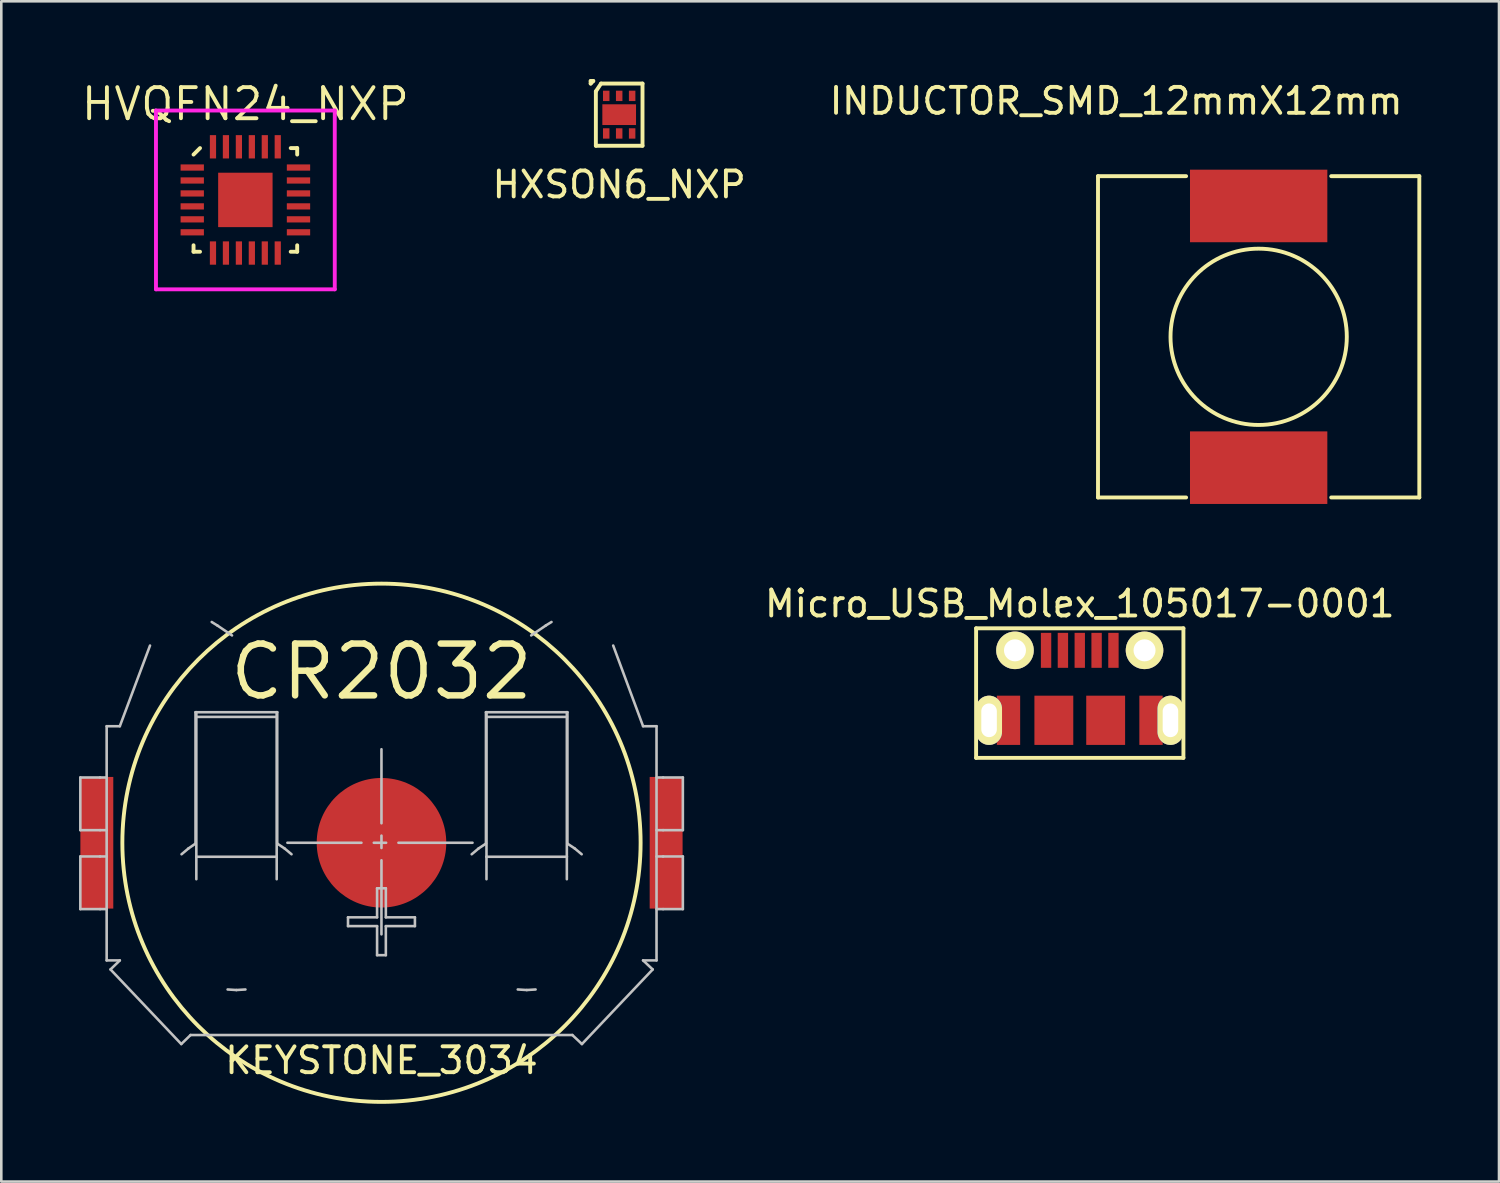
<source format=kicad_pcb>
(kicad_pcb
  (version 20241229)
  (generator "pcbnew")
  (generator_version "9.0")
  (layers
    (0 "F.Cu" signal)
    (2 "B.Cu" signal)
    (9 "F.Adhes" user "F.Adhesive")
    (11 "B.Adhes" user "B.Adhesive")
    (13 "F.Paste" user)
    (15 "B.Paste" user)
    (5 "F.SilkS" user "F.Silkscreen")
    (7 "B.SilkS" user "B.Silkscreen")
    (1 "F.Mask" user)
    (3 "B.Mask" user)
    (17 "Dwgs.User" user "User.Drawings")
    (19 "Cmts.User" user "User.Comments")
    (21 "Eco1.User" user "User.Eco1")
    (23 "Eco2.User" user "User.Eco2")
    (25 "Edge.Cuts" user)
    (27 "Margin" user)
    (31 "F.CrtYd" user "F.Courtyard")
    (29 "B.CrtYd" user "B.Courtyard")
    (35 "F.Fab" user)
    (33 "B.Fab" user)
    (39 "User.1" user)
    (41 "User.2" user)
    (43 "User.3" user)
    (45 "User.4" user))
  (footprint "INDUCTOR_SMD_12mmX12mm"
    (layer "F.Cu")
    (at 45.523 9.948)
    (property "Reference" "INDUCTOR_SMD_12mmX12mm" (at -5.5 -9.1 0) (layer "F.SilkS") (effects (font (size 1 1) (thickness 0.15))))
    (attr through_hole)
    (fp_line (start -6.2 -6.2) (end -6.2 6.2) (stroke (width 0.15) (type solid)) (layer "F.SilkS"))
    (fp_line (start -6.2 -6.2) (end -2.8 -6.2) (stroke (width 0.15) (type solid)) (layer "F.SilkS"))
    (fp_line (start -6.2 6.2) (end -2.8 6.2) (stroke (width 0.15) (type solid)) (layer "F.SilkS"))
    (fp_line (start 2.8 6.2) (end 6.2 6.2) (stroke (width 0.15) (type solid)) (layer "F.SilkS"))
    (fp_line (start 6.2 -6.2) (end 2.8 -6.2) (stroke (width 0.15) (type solid)) (layer "F.SilkS"))
    (fp_line (start 6.2 6.2) (end 6.2 -6.2) (stroke (width 0.15) (type solid)) (layer "F.SilkS"))
    (fp_circle (center 0 0) (end 3.1 -1.4) (stroke (width 0.15) (type solid)) (fill no) (layer "F.SilkS"))
    (pad "1" smd rect (at 0 -5.05) (size 5.3 2.8) (layers "F.Cu" "F.Mask" "F.Paste"))
    (pad "2" smd rect (at 0 5.05) (size 5.3 2.8) (layers "F.Cu" "F.Mask" "F.Paste")))
  (footprint "HVQFN24_NXP"
    (layer "F.Cu")
    (at 6.419 4.665)
    (property "Reference" "HVQFN24_NXP" (at 0 -3.7 0) (layer "F.SilkS") (effects (font (size 1.2 1.2) (thickness 0.15))))
    (attr through_hole)
    (fp_line (start -2 -1.75) (end -1.75 -2) (stroke (width 0.15) (type solid)) (layer "F.SilkS"))
    (fp_line (start -2 2) (end -2 1.75) (stroke (width 0.15) (type solid)) (layer "F.SilkS"))
    (fp_line (start -1.75 2) (end -2 2) (stroke (width 0.15) (type solid)) (layer "F.SilkS"))
    (fp_line (start 1.75 -2) (end 2 -2) (stroke (width 0.15) (type solid)) (layer "F.SilkS"))
    (fp_line (start 1.75 2) (end 2 2) (stroke (width 0.15) (type solid)) (layer "F.SilkS"))
    (fp_line (start 2 -2) (end 2 -1.75) (stroke (width 0.15) (type solid)) (layer "F.SilkS"))
    (fp_line (start 2 2) (end 2 1.75) (stroke (width 0.15) (type solid)) (layer "F.SilkS"))
    (fp_line (start -3.45 -3.45) (end 3.45 -3.45) (stroke (width 0.15) (type solid)) (layer "F.CrtYd"))
    (fp_line (start -3.45 3.45) (end -3.45 -3.45) (stroke (width 0.15) (type solid)) (layer "F.CrtYd"))
    (fp_line (start 3.45 -3.45) (end 3.45 3.45) (stroke (width 0.15) (type solid)) (layer "F.CrtYd"))
    (fp_line (start 3.45 3.45) (end -3.45 3.45) (stroke (width 0.15) (type solid)) (layer "F.CrtYd"))
    (pad "1" smd rect (at -2.05 -1.25 90) (size 0.24 0.9) (layers "F.Cu" "F.Mask" "F.Paste"))
    (pad "2" smd rect (at -2.05 -0.75 90) (size 0.24 0.9) (layers "F.Cu" "F.Mask" "F.Paste"))
    (pad "3" smd rect (at -2.05 -0.25 90) (size 0.24 0.9) (layers "F.Cu" "F.Mask" "F.Paste"))
    (pad "4" smd rect (at -2.05 0.25 90) (size 0.24 0.9) (layers "F.Cu" "F.Mask" "F.Paste"))
    (pad "5" smd rect (at -2.05 0.75 90) (size 0.24 0.9) (layers "F.Cu" "F.Mask" "F.Paste"))
    (pad "6" smd rect (at -2.05 1.25 90) (size 0.24 0.9) (layers "F.Cu" "F.Mask" "F.Paste"))
    (pad "7" smd rect (at -1.25 2.05) (size 0.24 0.9) (layers "F.Cu" "F.Mask" "F.Paste"))
    (pad "8" smd rect (at -0.75 2.05) (size 0.24 0.9) (layers "F.Cu" "F.Mask" "F.Paste"))
    (pad "9" smd rect (at -0.25 2.05) (size 0.24 0.9) (layers "F.Cu" "F.Mask" "F.Paste"))
    (pad "10" smd rect (at 0.25 2.05) (size 0.24 0.9) (layers "F.Cu" "F.Mask" "F.Paste"))
    (pad "11" smd rect (at 0.75 2.05) (size 0.24 0.9) (layers "F.Cu" "F.Mask" "F.Paste"))
    (pad "12" smd rect (at 1.25 2.05) (size 0.24 0.9) (layers "F.Cu" "F.Mask" "F.Paste"))
    (pad "13" smd rect (at 2.05 1.25 90) (size 0.24 0.9) (layers "F.Cu" "F.Mask" "F.Paste"))
    (pad "14" smd rect (at 2.05 0.75 90) (size 0.24 0.9) (layers "F.Cu" "F.Mask" "F.Paste"))
    (pad "15" smd rect (at 2.05 0.25 90) (size 0.24 0.9) (layers "F.Cu" "F.Mask" "F.Paste"))
    (pad "16" smd rect (at 2.05 -0.25 90) (size 0.24 0.9) (layers "F.Cu" "F.Mask" "F.Paste"))
    (pad "17" smd rect (at 2.05 -0.75 90) (size 0.24 0.9) (layers "F.Cu" "F.Mask" "F.Paste"))
    (pad "18" smd rect (at 2.05 -1.25 90) (size 0.24 0.9) (layers "F.Cu" "F.Mask" "F.Paste"))
    (pad "19" smd rect (at 1.25 -2.05) (size 0.24 0.9) (layers "F.Cu" "F.Mask" "F.Paste"))
    (pad "20" smd rect (at 0.75 -2.05) (size 0.24 0.9) (layers "F.Cu" "F.Mask" "F.Paste"))
    (pad "21" smd rect (at 0.25 -2.05) (size 0.24 0.9) (layers "F.Cu" "F.Mask" "F.Paste"))
    (pad "22" smd rect (at -0.25 -2.05) (size 0.24 0.9) (layers "F.Cu" "F.Mask" "F.Paste"))
    (pad "23" smd rect (at -0.75 -2.05) (size 0.24 0.9) (layers "F.Cu" "F.Mask" "F.Paste"))
    (pad "24" smd rect (at -1.25 -2.05) (size 0.24 0.9) (layers "F.Cu" "F.Mask" "F.Paste"))
    (pad "HS" smd rect (at 0 0) (size 2.1 2.1) (layers "F.Cu" "F.Mask" "F.Paste")))
  (footprint "HXSON6_NXP"
    (layer "F.Cu")
    (at 20.845 1.375)
    (property "Reference" "HXSON6_NXP" (at 0 2.7 0) (layer "F.SilkS") (effects (font (size 1 1) (thickness 0.15))))
    (attr through_hole)
    (fp_line (start -1.1 -1.3) (end -1.1 -1.2) (stroke (width 0.15) (type solid)) (layer "F.SilkS"))
    (fp_line (start -1.1 -1.3) (end -1 -1.3) (stroke (width 0.15) (type solid)) (layer "F.SilkS"))
    (fp_line (start -1.1 -1.2) (end -1 -1.3) (stroke (width 0.15) (type solid)) (layer "F.SilkS"))
    (fp_line (start -0.9 -0.9) (end -0.9 1.2) (stroke (width 0.15) (type solid)) (layer "F.SilkS"))
    (fp_line (start -0.9 -0.9) (end -0.7 -1.2) (stroke (width 0.15) (type solid)) (layer "F.SilkS"))
    (fp_line (start -0.7 -1.2) (end 0.9 -1.2) (stroke (width 0.15) (type solid)) (layer "F.SilkS"))
    (fp_line (start 0.9 -1.2) (end 0.9 1.2) (stroke (width 0.15) (type solid)) (layer "F.SilkS"))
    (fp_line (start 0.9 1.2) (end -0.9 1.2) (stroke (width 0.15) (type solid)) (layer "F.SilkS"))
    (pad "1" smd rect (at -0.5 -0.725) (size 0.25 0.4) (layers "F.Cu" "F.Mask" "F.Paste"))
    (pad "2" smd rect (at 0 -0.725) (size 0.25 0.4) (layers "F.Cu" "F.Mask" "F.Paste"))
    (pad "3" smd rect (at 0.5 -0.725) (size 0.25 0.4) (layers "F.Cu" "F.Mask" "F.Paste"))
    (pad "4" smd rect (at 0.5 0.725) (size 0.25 0.4) (layers "F.Cu" "F.Mask" "F.Paste"))
    (pad "5" smd rect (at 0 0.725) (size 0.25 0.4) (layers "F.Cu" "F.Mask" "F.Paste"))
    (pad "6" smd rect (at -0.5 0.725) (size 0.25 0.4) (layers "F.Cu" "F.Mask" "F.Paste"))
    (pad "7" smd rect (at 0 0) (size 1.3 0.8) (layers "F.Cu" "F.Mask" "F.Paste")))
  (footprint "Micro_USB_Molex_105017-0001"
    (layer "F.Cu")
    (at 38.619 24.747)
    (property "Reference" "Micro_USB_Molex_105017-0001" (at 0 -4.5 0) (layer "F.SilkS") (effects (font (size 1 1) (thickness 0.15))))
    (attr through_hole)
    (fp_line (start -4 -3.55) (end 4 -3.55) (stroke (width 0.15) (type solid)) (layer "F.SilkS"))
    (fp_line (start -4 1.45) (end -4 -3.55) (stroke (width 0.15) (type solid)) (layer "F.SilkS"))
    (fp_line (start 4 -3.55) (end 4 1.45) (stroke (width 0.15) (type solid)) (layer "F.SilkS"))
    (fp_line (start 4 1.45) (end -4 1.45) (stroke (width 0.15) (type solid)) (layer "F.SilkS"))
    (pad "1" smd rect (at -1.3 -2.7) (size 0.4 1.35) (layers "F.Cu" "F.Mask" "F.Paste"))
    (pad "2" smd rect (at -0.65 -2.7) (size 0.4 1.35) (layers "F.Cu" "F.Mask" "F.Paste"))
    (pad "3" smd rect (at 0 -2.7) (size 0.4 1.35) (layers "F.Cu" "F.Mask" "F.Paste"))
    (pad "4" smd rect (at 0.65 -2.7) (size 0.4 1.35) (layers "F.Cu" "F.Mask" "F.Paste"))
    (pad "5" smd rect (at 1.3 -2.7) (size 0.4 1.35) (layers "F.Cu" "F.Mask" "F.Paste"))
    (pad "6" thru_hole oval (at -3.5 0) (size 1 1.9) (drill oval 0.6 1.3) (layers "*.Cu" "*.Mask" "F.SilkS"))
    (pad "6" smd rect (at -2.75 0) (size 0.9 1.9) (layers "F.Cu" "F.Mask" "F.Paste"))
    (pad "6" thru_hole circle (at -2.5 -2.7) (size 1.45 1.45) (drill 0.85) (layers "*.Cu" "*.Mask" "F.SilkS"))
    (pad "6" thru_hole circle (at 2.5 -2.7) (size 1.45 1.45) (drill 0.85) (layers "*.Cu" "*.Mask" "F.SilkS"))
    (pad "6" smd rect (at 2.75 0) (size 0.9 1.9) (layers "F.Cu" "F.Mask" "F.Paste"))
    (pad "6" thru_hole oval (at 3.5 0) (size 1 1.9) (drill oval 0.6 1.3) (layers "*.Cu" "*.Mask" "F.SilkS"))
    (pad "NC" smd rect (at -1 0) (size 1.5 1.9) (layers "F.Cu" "F.Mask" "F.Paste"))
    (pad "NC" smd rect (at 1 0) (size 1.5 1.9) (layers "F.Cu" "F.Mask" "F.Paste")))
  (footprint "KEYSTONE_3034"
    (layer "F.Cu")
    (at 11.672 29.473)
    (property "Reference" "KEYSTONE_3034" (at 0 8.4 0) (layer "F.SilkS") (effects (font (size 1 1) (thickness 0.15))))
    (attr through_hole)
    (fp_circle (center 0 0) (end 10 0) (stroke (width 0.15) (type solid)) (fill no) (layer "F.SilkS"))
    (fp_line (start -11.622 -2.519) (end -11.622 -0.487) (stroke (width 0.1) (type solid)) (layer "Dwgs.User"))
    (fp_line (start -11.622 -0.487) (end -10.86 -0.487) (stroke (width 0.1) (type solid)) (layer "Dwgs.User"))
    (fp_line (start -11.622 0.529) (end -10.86 0.529) (stroke (width 0.1) (type solid)) (layer "Dwgs.User"))
    (fp_line (start -11.622 2.561) (end -11.622 0.529) (stroke (width 0.1) (type solid)) (layer "Dwgs.User"))
    (fp_line (start -10.86 -0.487) (end -10.606 -0.487) (stroke (width 0.1) (type solid)) (layer "Dwgs.User"))
    (fp_line (start -10.86 -2.519) (end -11.622 -2.519) (stroke (width 0.1) (type solid)) (layer "Dwgs.User"))
    (fp_line (start -10.86 2.561) (end -11.622 2.561) (stroke (width 0.1) (type solid)) (layer "Dwgs.User"))
    (fp_line (start -10.86 2.561) (end -10.606 2.561) (stroke (width 0.1) (type solid)) (layer "Dwgs.User"))
    (fp_line (start -10.606 -2.519) (end -10.86 -2.519) (stroke (width 0.1) (type solid)) (layer "Dwgs.User"))
    (fp_line (start -10.606 -4.498) (end -10.606 4.54) (stroke (width 0.1) (type solid)) (layer "Dwgs.User"))
    (fp_line (start -10.606 0.529) (end -10.86 0.529) (stroke (width 0.1) (type solid)) (layer "Dwgs.User"))
    (fp_line (start -10.606 4.54) (end -10.098 4.54) (stroke (width 0.1) (type solid)) (layer "Dwgs.User"))
    (fp_line (start -10.457 4.889) (end -7.727 7.768) (stroke (width 0.1) (type solid)) (layer "Dwgs.User"))
    (fp_line (start -10.098 -4.498) (end -10.606 -4.498) (stroke (width 0.1) (type solid)) (layer "Dwgs.User"))
    (fp_line (start -10.098 4.54) (end -10.457 4.889) (stroke (width 0.1) (type solid)) (layer "Dwgs.User"))
    (fp_line (start -8.933 -7.61) (end -10.098 -4.498) (stroke (width 0.1) (type solid)) (layer "Dwgs.User"))
    (fp_line (start -7.727 7.768) (end -7.367 7.419) (stroke (width 0.1) (type solid)) (layer "Dwgs.User"))
    (fp_line (start -7.452 0.222) (end -7.716 0.444) (stroke (width 0.1) (type solid)) (layer "Dwgs.User"))
    (fp_line (start -7.367 7.419) (end 7.365 7.419) (stroke (width 0.1) (type solid)) (layer "Dwgs.User"))
    (fp_line (start -7.177 -5.038) (end -7.145 -5.038) (stroke (width 0.1) (type solid)) (layer "Dwgs.User"))
    (fp_line (start -7.177 0.032) (end -7.452 0.222) (stroke (width 0.1) (type solid)) (layer "Dwgs.User"))
    (fp_line (start -7.177 0.032) (end -7.177 -5.038) (stroke (width 0.1) (type solid)) (layer "Dwgs.User"))
    (fp_line (start -7.145 -4.858) (end -7.145 -5.038) (stroke (width 0.1) (type solid)) (layer "Dwgs.User"))
    (fp_line (start -7.145 0.54) (end -7.145 -4.858) (stroke (width 0.1) (type solid)) (layer "Dwgs.User"))
    (fp_line (start -7.145 0.54) (end -7.145 1.407) (stroke (width 0.1) (type solid)) (layer "Dwgs.User"))
    (fp_line (start -7.145 -5.038) (end -4.044 -5.038) (stroke (width 0.1) (type solid)) (layer "Dwgs.User"))
    (fp_line (start -6.33 -8.382) (end -6.552 -8.52) (stroke (width 0.1) (type solid)) (layer "Dwgs.User"))
    (fp_line (start -6.33 -8.382) (end -5.769 -8.001) (stroke (width 0.1) (type solid)) (layer "Dwgs.User"))
    (fp_line (start -5.938 5.662) (end -5.6 5.683) (stroke (width 0.1) (type solid)) (layer "Dwgs.User"))
    (fp_line (start -5.6 5.683) (end -5.25 5.662) (stroke (width 0.1) (type solid)) (layer "Dwgs.User"))
    (fp_line (start -4.044 1.407) (end -4.044 0.54) (stroke (width 0.1) (type solid)) (layer "Dwgs.User"))
    (fp_line (start -4.044 -4.858) (end -4.044 0.54) (stroke (width 0.1) (type solid)) (layer "Dwgs.User"))
    (fp_line (start -4.044 -5.038) (end -4.044 -4.858) (stroke (width 0.1) (type solid)) (layer "Dwgs.User"))
    (fp_line (start -4.044 -5.038) (end -4.023 -5.038) (stroke (width 0.1) (type solid)) (layer "Dwgs.User"))
    (fp_line (start -4.044 -4.858) (end -7.145 -4.858) (stroke (width 0.1) (type solid)) (layer "Dwgs.User"))
    (fp_line (start -4.044 0.54) (end -7.145 0.54) (stroke (width 0.1) (type solid)) (layer "Dwgs.User"))
    (fp_line (start -4.023 -5.038) (end -4.023 0.032) (stroke (width 0.1) (type solid)) (layer "Dwgs.User"))
    (fp_line (start -3.737 0.222) (end -4.023 0.032) (stroke (width 0.1) (type solid)) (layer "Dwgs.User"))
    (fp_line (start -3.631 -0.000179) (end -0.774 -0.000179) (stroke (width 0.1) (type solid)) (layer "Dwgs.User"))
    (fp_line (start -3.472 0.444) (end -3.737 0.222) (stroke (width 0.1) (type solid)) (layer "Dwgs.User"))
    (fp_line (start -1.292 2.878) (end -0.17 2.878) (stroke (width 0.1) (type solid)) (layer "Dwgs.User"))
    (fp_line (start -1.292 3.217) (end -1.292 2.878) (stroke (width 0.1) (type solid)) (layer "Dwgs.User"))
    (fp_line (start -0.297 -0.000179) (end 0.179 -0.000179) (stroke (width 0.1) (type solid)) (layer "Dwgs.User"))
    (fp_line (start -0.17 1.757) (end 0.168 1.757) (stroke (width 0.1) (type solid)) (layer "Dwgs.User"))
    (fp_line (start -0.17 2.878) (end -0.17 1.757) (stroke (width 0.1) (type solid)) (layer "Dwgs.User"))
    (fp_line (start -0.17 3.217) (end -1.292 3.217) (stroke (width 0.1) (type solid)) (layer "Dwgs.User"))
    (fp_line (start -0.17 4.339) (end -0.17 3.217) (stroke (width 0.1) (type solid)) (layer "Dwgs.User"))
    (fp_line (start -0.001 -3.609) (end -0.001 -0.752) (stroke (width 0.1) (type solid)) (layer "Dwgs.User"))
    (fp_line (start -0.001 -0.275) (end -0.001 0.201) (stroke (width 0.1) (type solid)) (layer "Dwgs.User"))
    (fp_line (start -0.001 0.677) (end -0.001 3.535) (stroke (width 0.1) (type solid)) (layer "Dwgs.User"))
    (fp_line (start 0.168 1.757) (end 0.168 2.878) (stroke (width 0.1) (type solid)) (layer "Dwgs.User"))
    (fp_line (start 0.168 2.878) (end 1.29 2.878) (stroke (width 0.1) (type solid)) (layer "Dwgs.User"))
    (fp_line (start 0.168 3.217) (end 0.168 4.339) (stroke (width 0.1) (type solid)) (layer "Dwgs.User"))
    (fp_line (start 0.168 4.339) (end -0.17 4.339) (stroke (width 0.1) (type solid)) (layer "Dwgs.User"))
    (fp_line (start 0.655 -0.000179) (end 3.513 -0.000179) (stroke (width 0.1) (type solid)) (layer "Dwgs.User"))
    (fp_line (start 1.29 2.878) (end 1.29 3.217) (stroke (width 0.1) (type solid)) (layer "Dwgs.User"))
    (fp_line (start 1.29 3.217) (end 0.168 3.217) (stroke (width 0.1) (type solid)) (layer "Dwgs.User"))
    (fp_line (start 3.745 0.222) (end 3.481 0.444) (stroke (width 0.1) (type solid)) (layer "Dwgs.User"))
    (fp_line (start 4.031 -5.038) (end 4.052 -5.038) (stroke (width 0.1) (type solid)) (layer "Dwgs.User"))
    (fp_line (start 4.031 0.032) (end 3.745 0.222) (stroke (width 0.1) (type solid)) (layer "Dwgs.User"))
    (fp_line (start 4.031 0.032) (end 4.031 -5.038) (stroke (width 0.1) (type solid)) (layer "Dwgs.User"))
    (fp_line (start 4.052 0.54) (end 4.052 1.407) (stroke (width 0.1) (type solid)) (layer "Dwgs.User"))
    (fp_line (start 4.052 -5.038) (end 7.153 -5.038) (stroke (width 0.1) (type solid)) (layer "Dwgs.User"))
    (fp_line (start 4.052 -4.858) (end 4.052 -5.038) (stroke (width 0.1) (type solid)) (layer "Dwgs.User"))
    (fp_line (start 4.052 -4.858) (end 4.052 0.54) (stroke (width 0.1) (type solid)) (layer "Dwgs.User"))
    (fp_line (start 4.052 0.54) (end 7.153 0.54) (stroke (width 0.1) (type solid)) (layer "Dwgs.User"))
    (fp_line (start 5.259 5.662) (end 5.608 5.683) (stroke (width 0.1) (type solid)) (layer "Dwgs.User"))
    (fp_line (start 5.608 5.683) (end 5.947 5.662) (stroke (width 0.1) (type solid)) (layer "Dwgs.User"))
    (fp_line (start 5.777 -8.001) (end 6.338 -8.382) (stroke (width 0.1) (type solid)) (layer "Dwgs.User"))
    (fp_line (start 6.561 -8.52) (end 6.338 -8.382) (stroke (width 0.1) (type solid)) (layer "Dwgs.User"))
    (fp_line (start 7.153 1.407) (end 7.153 0.54) (stroke (width 0.1) (type solid)) (layer "Dwgs.User"))
    (fp_line (start 7.153 -5.038) (end 7.153 -4.858) (stroke (width 0.1) (type solid)) (layer "Dwgs.User"))
    (fp_line (start 7.153 -4.858) (end 4.052 -4.858) (stroke (width 0.1) (type solid)) (layer "Dwgs.User"))
    (fp_line (start 7.153 0.54) (end 7.153 -4.858) (stroke (width 0.1) (type solid)) (layer "Dwgs.User"))
    (fp_line (start 7.174 -5.038) (end 7.153 -5.038) (stroke (width 0.1) (type solid)) (layer "Dwgs.User"))
    (fp_line (start 7.174 0.032) (end 7.174 -5.038) (stroke (width 0.1) (type solid)) (layer "Dwgs.User"))
    (fp_line (start 7.365 7.419) (end 7.735 7.768) (stroke (width 0.1) (type solid)) (layer "Dwgs.User"))
    (fp_line (start 7.46 0.222) (end 7.174 0.032) (stroke (width 0.1) (type solid)) (layer "Dwgs.User"))
    (fp_line (start 7.725 0.444) (end 7.46 0.222) (stroke (width 0.1) (type solid)) (layer "Dwgs.User"))
    (fp_line (start 7.735 7.768) (end 10.466 4.889) (stroke (width 0.1) (type solid)) (layer "Dwgs.User"))
    (fp_line (start 10.095 -4.498) (end 8.942 -7.61) (stroke (width 0.1) (type solid)) (layer "Dwgs.User"))
    (fp_line (start 10.095 4.54) (end 10.466 4.889) (stroke (width 0.1) (type solid)) (layer "Dwgs.User"))
    (fp_line (start 10.095 4.54) (end 10.614 4.54) (stroke (width 0.1) (type solid)) (layer "Dwgs.User"))
    (fp_line (start 10.614 -4.498) (end 10.095 -4.498) (stroke (width 0.1) (type solid)) (layer "Dwgs.User"))
    (fp_line (start 10.614 -0.487) (end 10.868 -0.487) (stroke (width 0.1) (type solid)) (layer "Dwgs.User"))
    (fp_line (start 10.614 2.561) (end 10.868 2.561) (stroke (width 0.1) (type solid)) (layer "Dwgs.User"))
    (fp_line (start 10.614 4.54) (end 10.614 -4.498) (stroke (width 0.1) (type solid)) (layer "Dwgs.User"))
    (fp_line (start 10.868 -2.519) (end 10.614 -2.519) (stroke (width 0.1) (type solid)) (layer "Dwgs.User"))
    (fp_line (start 10.868 -2.519) (end 11.63 -2.519) (stroke (width 0.1) (type solid)) (layer "Dwgs.User"))
    (fp_line (start 10.868 -0.487) (end 11.63 -0.487) (stroke (width 0.1) (type solid)) (layer "Dwgs.User"))
    (fp_line (start 10.868 0.529) (end 10.614 0.529) (stroke (width 0.1) (type solid)) (layer "Dwgs.User"))
    (fp_line (start 10.868 2.561) (end 11.63 2.561) (stroke (width 0.1) (type solid)) (layer "Dwgs.User"))
    (fp_line (start 11.63 -0.487) (end 11.63 -2.519) (stroke (width 0.1) (type solid)) (layer "Dwgs.User"))
    (fp_line (start 11.63 0.529) (end 10.868 0.529) (stroke (width 0.1) (type solid)) (layer "Dwgs.User"))
    (fp_line (start 11.63 2.561) (end 11.63 0.529) (stroke (width 0.1) (type solid)) (layer "Dwgs.User"))
    (fp_text user "CR2032" (at 0 -6.6 0) (layer "F.SilkS") (effects (font (size 2 2) (thickness 0.25))))
    (pad "1" smd circle (at 0 0) (size 5 5) (layers "F.Cu" "F.Mask"))
    (pad "2" smd rect (at -10.985 0) (size 1.27 5.08) (layers "F.Cu" "F.Mask" "F.Paste"))
    (pad "2" smd rect (at 10.985 0) (size 1.27 5.08) (layers "F.Cu" "F.Mask" "F.Paste")))
  (gr_rect
    (start -3 -3)
    (end 54.798 42.548)
    (stroke (width 0.1) (type default))
    (fill no)
    (layer "Edge.Cuts")))
</source>
